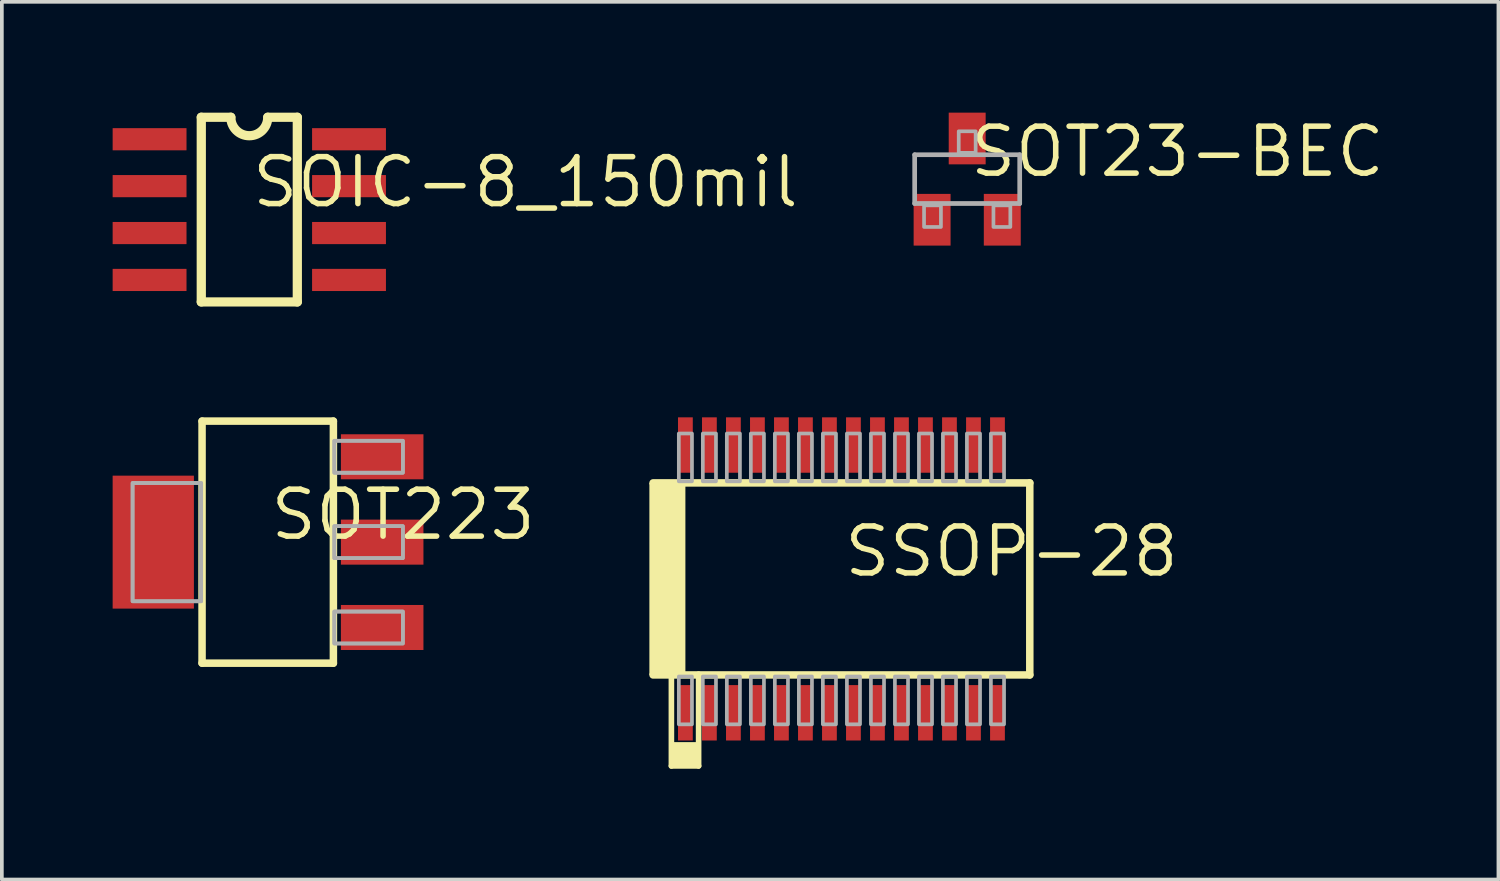
<source format=kicad_pcb>
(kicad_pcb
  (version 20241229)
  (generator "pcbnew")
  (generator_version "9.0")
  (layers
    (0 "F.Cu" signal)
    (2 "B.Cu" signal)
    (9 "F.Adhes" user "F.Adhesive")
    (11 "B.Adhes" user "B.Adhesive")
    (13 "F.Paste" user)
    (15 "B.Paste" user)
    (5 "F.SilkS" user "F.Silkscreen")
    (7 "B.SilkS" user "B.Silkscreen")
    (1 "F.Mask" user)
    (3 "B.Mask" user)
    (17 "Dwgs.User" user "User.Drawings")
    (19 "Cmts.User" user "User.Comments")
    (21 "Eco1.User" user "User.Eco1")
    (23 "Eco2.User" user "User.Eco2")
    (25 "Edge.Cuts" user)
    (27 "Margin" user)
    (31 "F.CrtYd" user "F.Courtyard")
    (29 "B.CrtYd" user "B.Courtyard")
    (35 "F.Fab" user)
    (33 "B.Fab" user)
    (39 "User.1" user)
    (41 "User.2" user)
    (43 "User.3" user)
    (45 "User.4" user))
  (footprint "SOIC-8_150mil"
    (layer "F.Cu")
    (at 3.7 2.625)
    (property "Reference" "SOIC-8_150mil" (at 0 0 0) (layer "F.SilkS") (effects (font (size 1.27 1.27) (thickness 0.15)) (justify left bottom)))
    (fp_line (start -1.3 -2.5) (end -1.3 2.5) (stroke (width 0.25) (type solid)) (layer "F.SilkS"))
    (fp_line (start -1.3 2.5) (end 1.3 2.5) (stroke (width 0.25) (type solid)) (layer "F.SilkS"))
    (fp_line (start -0.5 -2.5) (end -1.3 -2.5) (stroke (width 0.25) (type solid)) (layer "F.SilkS"))
    (fp_line (start 0.5 -2.5) (end 1.3 -2.5) (stroke (width 0.25) (type solid)) (layer "F.SilkS"))
    (fp_line (start 1.3 -2.5) (end 1.3 2.5) (stroke (width 0.25) (type solid)) (layer "F.SilkS"))
    (fp_arc (start 0.5 -2.499998) (mid -0.000001 -2.000229) (end -0.5 -2.5) (stroke (width 0.25) (type solid)) (layer "F.SilkS"))
    (pad "1" smd rect (at -2.7 -1.905 90) (size 0.6 2) (layers "F.Cu" "F.Mask" "F.Paste"))
    (pad "2" smd rect (at -2.7 -0.635 90) (size 0.6 2) (layers "F.Cu" "F.Mask" "F.Paste"))
    (pad "3" smd rect (at -2.7 0.635 90) (size 0.6 2) (layers "F.Cu" "F.Mask" "F.Paste"))
    (pad "4" smd rect (at -2.7 1.905 90) (size 0.6 2) (layers "F.Cu" "F.Mask" "F.Paste"))
    (pad "5" smd rect (at 2.7 1.905 90) (size 0.6 2) (layers "F.Cu" "F.Mask" "F.Paste"))
    (pad "6" smd rect (at 2.7 0.635 90) (size 0.6 2) (layers "F.Cu" "F.Mask" "F.Paste"))
    (pad "7" smd rect (at 2.7 -0.635 90) (size 0.6 2) (layers "F.Cu" "F.Mask" "F.Paste"))
    (pad "8" smd rect (at 2.7 -1.905 90) (size 0.6 2) (layers "F.Cu" "F.Mask" "F.Paste")))
  (footprint "SSOP-28"
    (layer "F.Cu")
    (at 19.733 12.625)
    (property "Reference" "SSOP-28" (at 0 0 0) (layer "F.SilkS") (effects (font (size 1.27 1.27) (thickness 0.15)) (justify left bottom)))
    (fp_line (start -5.1 2.6) (end 5.1 2.6) (stroke (width 0.203) (type solid)) (layer "F.SilkS"))
    (fp_line (start -4.604 2.67) (end -4.604 5.064) (stroke (width 0.152) (type solid)) (layer "F.SilkS"))
    (fp_line (start -4.604 5.064) (end -3.867 5.064) (stroke (width 0.152) (type solid)) (layer "F.SilkS"))
    (fp_line (start -3.867 5.064) (end -3.867 2.578) (stroke (width 0.152) (type solid)) (layer "F.SilkS"))
    (fp_line (start 5.1 -2.6) (end -5.1 -2.6) (stroke (width 0.203) (type solid)) (layer "F.SilkS"))
    (fp_line (start 5.1 2.6) (end 5.1 -2.6) (stroke (width 0.203) (type solid)) (layer "F.SilkS"))
    (fp_poly (pts (xy -5.2 2.6) (xy -4.225 2.6) (xy -4.225 -2.599) (xy -5.2 -2.599)) (stroke (width 0) (type default)) (fill yes) (layer "F.SilkS"))
    (fp_poly (pts (xy -4.604 5.064) (xy -3.867 5.064) (xy -3.867 4.419) (xy -4.604 4.419)) (stroke (width 0) (type default)) (fill yes) (layer "F.SilkS"))
    (fp_poly (pts (xy -4.403 -2.642) (xy -4.047 -2.642) (xy -4.047 -3.937) (xy -4.403 -3.937)) (stroke (width 0.1) (type default)) (fill no) (layer "F.Fab"))
    (fp_poly (pts (xy -4.403 3.937) (xy -4.047 3.937) (xy -4.047 2.642) (xy -4.403 2.642)) (stroke (width 0.1) (type default)) (fill no) (layer "F.Fab"))
    (fp_poly (pts (xy -3.753 -2.642) (xy -3.397 -2.642) (xy -3.397 -3.937) (xy -3.753 -3.937)) (stroke (width 0.1) (type default)) (fill no) (layer "F.Fab"))
    (fp_poly (pts (xy -3.753 3.937) (xy -3.397 3.937) (xy -3.397 2.642) (xy -3.753 2.642)) (stroke (width 0.1) (type default)) (fill no) (layer "F.Fab"))
    (fp_poly (pts (xy -3.103 -2.642) (xy -2.748 -2.642) (xy -2.748 -3.937) (xy -3.103 -3.937)) (stroke (width 0.1) (type default)) (fill no) (layer "F.Fab"))
    (fp_poly (pts (xy -3.103 3.937) (xy -2.748 3.937) (xy -2.748 2.642) (xy -3.103 2.642)) (stroke (width 0.1) (type default)) (fill no) (layer "F.Fab"))
    (fp_poly (pts (xy -2.453 -2.642) (xy -2.098 -2.642) (xy -2.098 -3.937) (xy -2.453 -3.937)) (stroke (width 0.1) (type default)) (fill no) (layer "F.Fab"))
    (fp_poly (pts (xy -2.453 3.937) (xy -2.098 3.937) (xy -2.098 2.642) (xy -2.453 2.642)) (stroke (width 0.1) (type default)) (fill no) (layer "F.Fab"))
    (fp_poly (pts (xy -1.803 -2.642) (xy -1.448 -2.642) (xy -1.448 -3.937) (xy -1.803 -3.937)) (stroke (width 0.1) (type default)) (fill no) (layer "F.Fab"))
    (fp_poly (pts (xy -1.803 3.937) (xy -1.448 3.937) (xy -1.448 2.642) (xy -1.803 2.642)) (stroke (width 0.1) (type default)) (fill no) (layer "F.Fab"))
    (fp_poly (pts (xy -1.153 -2.642) (xy -0.798 -2.642) (xy -0.798 -3.937) (xy -1.153 -3.937)) (stroke (width 0.1) (type default)) (fill no) (layer "F.Fab"))
    (fp_poly (pts (xy -1.153 3.937) (xy -0.798 3.937) (xy -0.798 2.642) (xy -1.153 2.642)) (stroke (width 0.1) (type default)) (fill no) (layer "F.Fab"))
    (fp_poly (pts (xy -0.503 -2.642) (xy -0.148 -2.642) (xy -0.148 -3.937) (xy -0.503 -3.937)) (stroke (width 0.1) (type default)) (fill no) (layer "F.Fab"))
    (fp_poly (pts (xy -0.503 3.937) (xy -0.148 3.937) (xy -0.148 2.642) (xy -0.503 2.642)) (stroke (width 0.1) (type default)) (fill no) (layer "F.Fab"))
    (fp_poly (pts (xy 0.148 -2.642) (xy 0.503 -2.642) (xy 0.503 -3.937) (xy 0.148 -3.937)) (stroke (width 0.1) (type default)) (fill no) (layer "F.Fab"))
    (fp_poly (pts (xy 0.148 3.937) (xy 0.503 3.937) (xy 0.503 2.642) (xy 0.148 2.642)) (stroke (width 0.1) (type default)) (fill no) (layer "F.Fab"))
    (fp_poly (pts (xy 0.798 -2.642) (xy 1.153 -2.642) (xy 1.153 -3.937) (xy 0.798 -3.937)) (stroke (width 0.1) (type default)) (fill no) (layer "F.Fab"))
    (fp_poly (pts (xy 0.798 3.937) (xy 1.153 3.937) (xy 1.153 2.642) (xy 0.798 2.642)) (stroke (width 0.1) (type default)) (fill no) (layer "F.Fab"))
    (fp_poly (pts (xy 1.448 -2.642) (xy 1.803 -2.642) (xy 1.803 -3.937) (xy 1.448 -3.937)) (stroke (width 0.1) (type default)) (fill no) (layer "F.Fab"))
    (fp_poly (pts (xy 1.448 3.937) (xy 1.803 3.937) (xy 1.803 2.642) (xy 1.448 2.642)) (stroke (width 0.1) (type default)) (fill no) (layer "F.Fab"))
    (fp_poly (pts (xy 2.098 -2.642) (xy 2.453 -2.642) (xy 2.453 -3.937) (xy 2.098 -3.937)) (stroke (width 0.1) (type default)) (fill no) (layer "F.Fab"))
    (fp_poly (pts (xy 2.098 3.937) (xy 2.453 3.937) (xy 2.453 2.642) (xy 2.098 2.642)) (stroke (width 0.1) (type default)) (fill no) (layer "F.Fab"))
    (fp_poly (pts (xy 2.747 -2.642) (xy 3.103 -2.642) (xy 3.103 -3.937) (xy 2.747 -3.937)) (stroke (width 0.1) (type default)) (fill no) (layer "F.Fab"))
    (fp_poly (pts (xy 2.747 3.937) (xy 3.103 3.937) (xy 3.103 2.642) (xy 2.747 2.642)) (stroke (width 0.1) (type default)) (fill no) (layer "F.Fab"))
    (fp_poly (pts (xy 3.397 -2.642) (xy 3.753 -2.642) (xy 3.753 -3.937) (xy 3.397 -3.937)) (stroke (width 0.1) (type default)) (fill no) (layer "F.Fab"))
    (fp_poly (pts (xy 3.397 3.937) (xy 3.753 3.937) (xy 3.753 2.642) (xy 3.397 2.642)) (stroke (width 0.1) (type default)) (fill no) (layer "F.Fab"))
    (fp_poly (pts (xy 4.047 -2.642) (xy 4.403 -2.642) (xy 4.403 -3.937) (xy 4.047 -3.937)) (stroke (width 0.1) (type default)) (fill no) (layer "F.Fab"))
    (fp_poly (pts (xy 4.047 3.937) (xy 4.403 3.937) (xy 4.403 2.642) (xy 4.047 2.642)) (stroke (width 0.1) (type default)) (fill no) (layer "F.Fab"))
    (pad "1" smd rect (at -4.225 3.625) (size 0.4 1.5) (layers "F.Cu" "F.Mask" "F.Paste"))
    (pad "2" smd rect (at -3.575 3.625) (size 0.4 1.5) (layers "F.Cu" "F.Mask" "F.Paste"))
    (pad "3" smd rect (at -2.925 3.625) (size 0.4 1.5) (layers "F.Cu" "F.Mask" "F.Paste"))
    (pad "4" smd rect (at -2.275 3.625) (size 0.4 1.5) (layers "F.Cu" "F.Mask" "F.Paste"))
    (pad "5" smd rect (at -1.625 3.625) (size 0.4 1.5) (layers "F.Cu" "F.Mask" "F.Paste"))
    (pad "6" smd rect (at -0.975 3.625) (size 0.4 1.5) (layers "F.Cu" "F.Mask" "F.Paste"))
    (pad "7" smd rect (at -0.325 3.625) (size 0.4 1.5) (layers "F.Cu" "F.Mask" "F.Paste"))
    (pad "8" smd rect (at 0.325 3.625) (size 0.4 1.5) (layers "F.Cu" "F.Mask" "F.Paste"))
    (pad "9" smd rect (at 0.975 3.625) (size 0.4 1.5) (layers "F.Cu" "F.Mask" "F.Paste"))
    (pad "10" smd rect (at 1.625 3.625) (size 0.4 1.5) (layers "F.Cu" "F.Mask" "F.Paste"))
    (pad "11" smd rect (at 2.275 3.625) (size 0.4 1.5) (layers "F.Cu" "F.Mask" "F.Paste"))
    (pad "12" smd rect (at 2.925 3.625) (size 0.4 1.5) (layers "F.Cu" "F.Mask" "F.Paste"))
    (pad "13" smd rect (at 3.575 3.625) (size 0.4 1.5) (layers "F.Cu" "F.Mask" "F.Paste"))
    (pad "14" smd rect (at 4.225 3.625) (size 0.4 1.5) (layers "F.Cu" "F.Mask" "F.Paste"))
    (pad "15" smd rect (at 4.225 -3.625) (size 0.4 1.5) (layers "F.Cu" "F.Mask" "F.Paste"))
    (pad "16" smd rect (at 3.575 -3.625) (size 0.4 1.5) (layers "F.Cu" "F.Mask" "F.Paste"))
    (pad "17" smd rect (at 2.925 -3.625) (size 0.4 1.5) (layers "F.Cu" "F.Mask" "F.Paste"))
    (pad "18" smd rect (at 2.275 -3.625) (size 0.4 1.5) (layers "F.Cu" "F.Mask" "F.Paste"))
    (pad "19" smd rect (at 1.625 -3.625) (size 0.4 1.5) (layers "F.Cu" "F.Mask" "F.Paste"))
    (pad "20" smd rect (at 0.975 -3.625) (size 0.4 1.5) (layers "F.Cu" "F.Mask" "F.Paste"))
    (pad "21" smd rect (at 0.325 -3.625) (size 0.4 1.5) (layers "F.Cu" "F.Mask" "F.Paste"))
    (pad "22" smd rect (at -0.325 -3.625) (size 0.4 1.5) (layers "F.Cu" "F.Mask" "F.Paste"))
    (pad "23" smd rect (at -0.975 -3.625) (size 0.4 1.5) (layers "F.Cu" "F.Mask" "F.Paste"))
    (pad "24" smd rect (at -1.625 -3.625) (size 0.4 1.5) (layers "F.Cu" "F.Mask" "F.Paste"))
    (pad "25" smd rect (at -2.275 -3.625) (size 0.4 1.5) (layers "F.Cu" "F.Mask" "F.Paste"))
    (pad "26" smd rect (at -2.925 -3.625) (size 0.4 1.5) (layers "F.Cu" "F.Mask" "F.Paste"))
    (pad "27" smd rect (at -3.575 -3.625) (size 0.4 1.5) (layers "F.Cu" "F.Mask" "F.Paste"))
    (pad "28" smd rect (at -4.225 -3.625) (size 0.4 1.5) (layers "F.Cu" "F.Mask" "F.Paste")))
  (footprint "SOT23-BEC"
    (layer "F.Cu")
    (at 23.138 1.8)
    (property "Reference" "SOT23-BEC" (at 0 0 0) (layer "F.SilkS") (effects (font (size 1.27 1.27) (thickness 0.15)) (justify left bottom)))
    (fp_line (start -1.422 -0.66) (end 1.422 -0.66) (stroke (width 0.127) (type solid)) (layer "F.Fab"))
    (fp_line (start -1.422 0.66) (end -1.422 -0.66) (stroke (width 0.127) (type solid)) (layer "F.Fab"))
    (fp_line (start 1.422 -0.66) (end 1.422 0.66) (stroke (width 0.127) (type solid)) (layer "F.Fab"))
    (fp_line (start 1.422 0.66) (end -1.422 0.66) (stroke (width 0.127) (type solid)) (layer "F.Fab"))
    (fp_poly (pts (xy -1.168 1.295) (xy -0.711 1.295) (xy -0.711 0.711) (xy -1.168 0.711)) (stroke (width 0.1) (type default)) (fill no) (layer "F.Fab"))
    (fp_poly (pts (xy -0.229 -0.711) (xy 0.229 -0.711) (xy 0.229 -1.295) (xy -0.229 -1.295)) (stroke (width 0.1) (type default)) (fill no) (layer "F.Fab"))
    (fp_poly (pts (xy 0.711 1.295) (xy 1.168 1.295) (xy 1.168 0.711) (xy 0.711 0.711)) (stroke (width 0.1) (type default)) (fill no) (layer "F.Fab"))
    (pad "B" smd rect (at -0.95 1.1) (size 1 1.4) (layers "F.Cu" "F.Mask" "F.Paste"))
    (pad "C" smd rect (at 0 -1.1) (size 1 1.4) (layers "F.Cu" "F.Mask" "F.Paste"))
    (pad "E" smd rect (at 0.95 1.1) (size 1 1.4) (layers "F.Cu" "F.Mask" "F.Paste")))
  (footprint "SOT223"
    (layer "F.Cu")
    (at 4.199 11.629)
    (property "Reference" "SOT223" (at 0 0 0) (layer "F.SilkS") (effects (font (size 1.27 1.27) (thickness 0.15)) (justify left bottom)))
    (fp_line (start -1.778 -3.277) (end 1.778 -3.277) (stroke (width 0.203) (type solid)) (layer "F.SilkS"))
    (fp_line (start -1.778 3.277) (end -1.778 -3.277) (stroke (width 0.203) (type solid)) (layer "F.SilkS"))
    (fp_line (start 1.778 -3.277) (end 1.778 3.277) (stroke (width 0.203) (type solid)) (layer "F.SilkS"))
    (fp_line (start 1.778 3.277) (end -1.778 3.277) (stroke (width 0.203) (type solid)) (layer "F.SilkS"))
    (fp_poly (pts (xy -1.802 1.601) (xy -3.659 1.601) (xy -3.659 -1.601) (xy -1.802 -1.601)) (stroke (width 0.1) (type default)) (fill no) (layer "F.Fab"))
    (fp_poly (pts (xy -1.802 1.601) (xy -3.659 1.601) (xy -3.659 -1.601) (xy -1.802 -1.601)) (stroke (width 0.1) (type default)) (fill no) (layer "F.Fab"))
    (fp_poly (pts (xy 3.659 -1.879) (xy 1.803 -1.879) (xy 1.803 -2.745) (xy 3.659 -2.745)) (stroke (width 0.1) (type default)) (fill no) (layer "F.Fab"))
    (fp_poly (pts (xy 3.659 -1.879) (xy 1.803 -1.879) (xy 1.803 -2.745) (xy 3.659 -2.745)) (stroke (width 0.1) (type default)) (fill no) (layer "F.Fab"))
    (fp_poly (pts (xy 3.659 0.433) (xy 1.803 0.433) (xy 1.803 -0.433) (xy 3.659 -0.433)) (stroke (width 0.1) (type default)) (fill no) (layer "F.Fab"))
    (fp_poly (pts (xy 3.659 0.433) (xy 1.803 0.433) (xy 1.803 -0.433) (xy 3.659 -0.433)) (stroke (width 0.1) (type default)) (fill no) (layer "F.Fab"))
    (fp_poly (pts (xy 3.659 2.745) (xy 1.803 2.745) (xy 1.803 1.879) (xy 3.659 1.879)) (stroke (width 0.1) (type default)) (fill no) (layer "F.Fab"))
    (fp_poly (pts (xy 3.659 2.745) (xy 1.803 2.745) (xy 1.803 1.879) (xy 3.659 1.879)) (stroke (width 0.1) (type default)) (fill no) (layer "F.Fab"))
    (pad "1" smd rect (at 3.099 2.311 90) (size 1.219 2.235) (layers "F.Cu" "F.Mask" "F.Paste"))
    (pad "2" smd rect (at 3.099 0 90) (size 1.219 2.235) (layers "F.Cu" "F.Mask" "F.Paste"))
    (pad "3" smd rect (at 3.099 -2.311 90) (size 1.219 2.235) (layers "F.Cu" "F.Mask" "F.Paste"))
    (pad "TAB" smd rect (at -3.099 0 90) (size 3.6 2.2) (layers "F.Cu" "F.Mask" "F.Paste")))
  (gr_rect
    (start -3 -3)
    (end 37.522 20.765)
    (stroke (width 0.1) (type default))
    (fill no)
    (layer "Edge.Cuts")))
</source>
